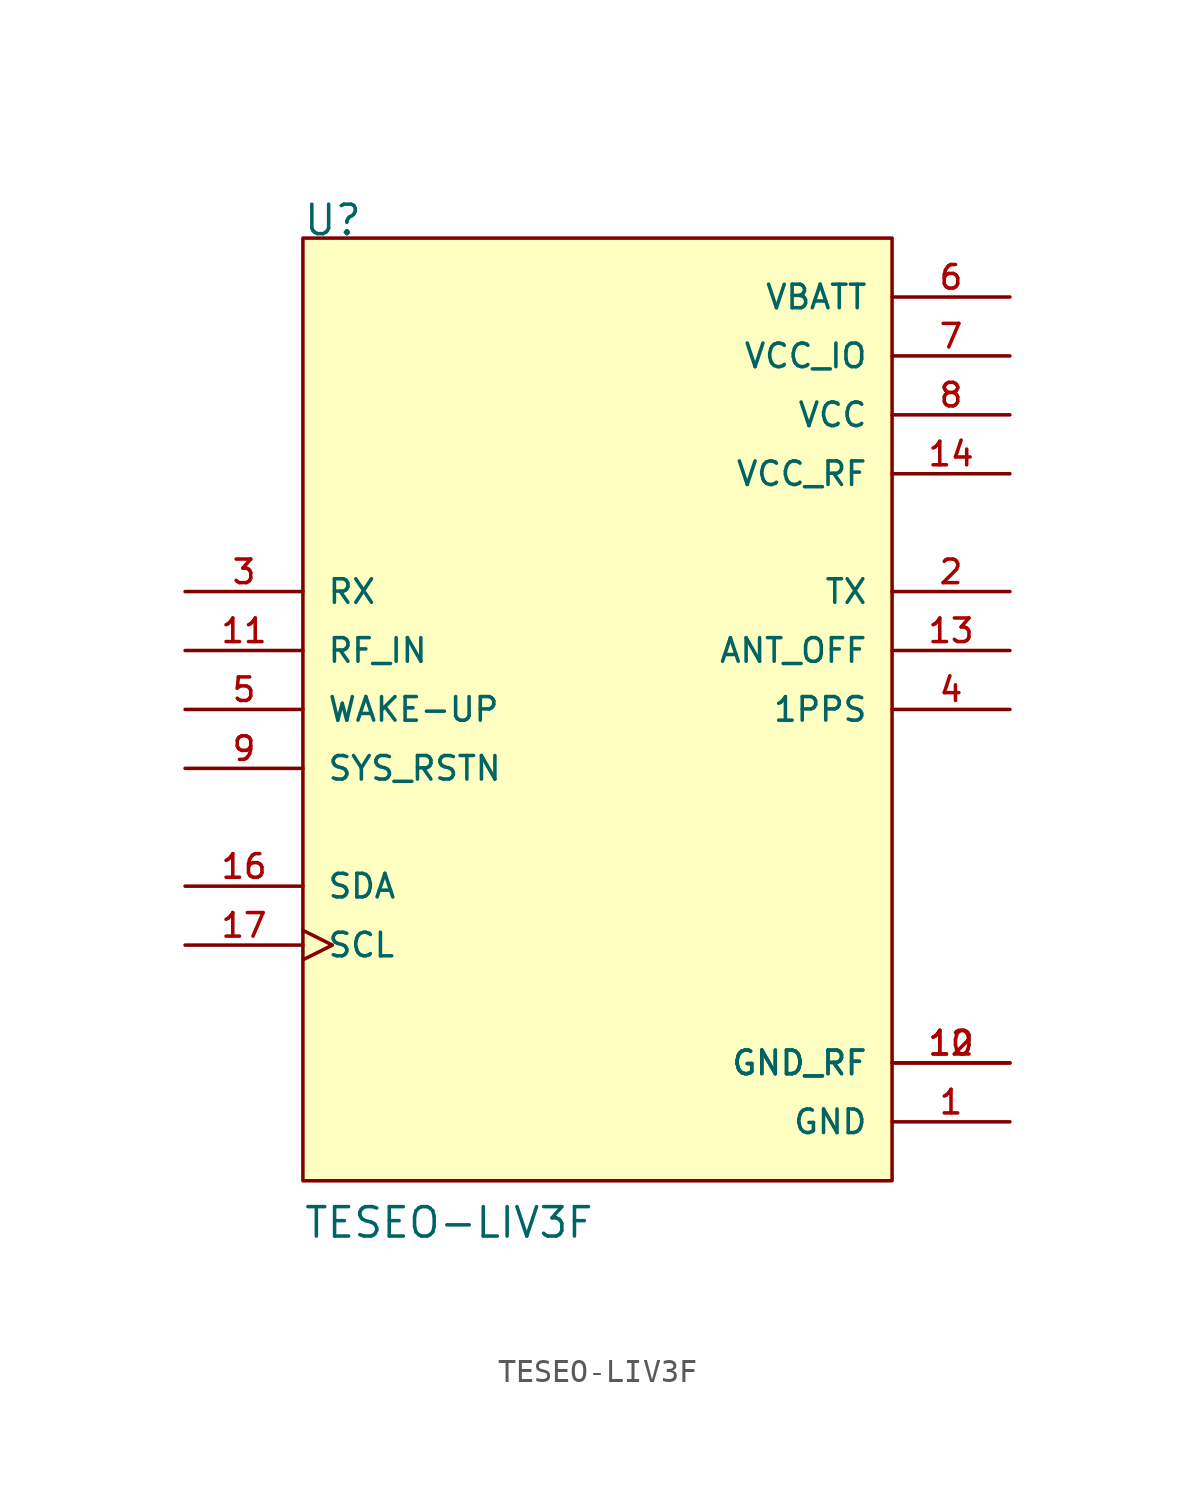
<source format=kicad_sym>
(kicad_symbol_lib
  (version 20211014)
  (generator kicad_symbol_editor)
  (symbol "TESEO-LIV3F"
    (pin_names
      (offset 1.016))
    (property "Reference" "U"
      (at -12.719 20.35 0)
      (effects (font (size 1.27 1.27)) (justify bottom left)))
    (property "Value" "TESEO-LIV3F"
      (at -12.705 -22.868 0)
      (effects (font (size 1.27 1.27)) (justify bottom left)))
    (symbol "TESEO-LIV3F_0_0"
      (rectangle (start -12.7 -20.32) (end 12.7 20.32) (stroke (width 0.152)) (fill (type background)))
      (pin power_in line (at 17.78 -17.78 180.0) (length 5.08) (name "GND" (effects (font (size 1.016 1.016)))) (number "1" (effects (font (size 1.016 1.016)))))
      (pin output line (at 17.78 5.08 180.0) (length 5.08) (name "TX" (effects (font (size 1.016 1.016)))) (number "2" (effects (font (size 1.016 1.016)))))
      (pin input line (at -17.78 5.08 0) (length 5.08) (name "RX" (effects (font (size 1.016 1.016)))) (number "3" (effects (font (size 1.016 1.016)))))
      (pin output line (at 17.78 0.0 180.0) (length 5.08) (name "1PPS" (effects (font (size 1.016 1.016)))) (number "4" (effects (font (size 1.016 1.016)))))
      (pin input line (at -17.78 0.0 0) (length 5.08) (name "WAKE-UP" (effects (font (size 1.016 1.016)))) (number "5" (effects (font (size 1.016 1.016)))))
      (pin power_in line (at 17.78 17.78 180.0) (length 5.08) (name "VBATT" (effects (font (size 1.016 1.016)))) (number "6" (effects (font (size 1.016 1.016)))))
      (pin power_in line (at 17.78 15.24 180.0) (length 5.08) (name "VCC_IO" (effects (font (size 1.016 1.016)))) (number "7" (effects (font (size 1.016 1.016)))))
      (pin power_in line (at 17.78 12.7 180.0) (length 5.08) (name "VCC" (effects (font (size 1.016 1.016)))) (number "8" (effects (font (size 1.016 1.016)))))
      (pin input line (at -17.78 -2.54 0) (length 5.08) (name "SYS_RSTN" (effects (font (size 1.016 1.016)))) (number "9" (effects (font (size 1.016 1.016)))))
      (pin bidirectional clock (at -17.78 -10.16 0) (length 5.08) (name "SCL" (effects (font (size 1.016 1.016)))) (number "17" (effects (font (size 1.016 1.016)))))
      (pin bidirectional line (at -17.78 -7.62 0) (length 5.08) (name "SDA" (effects (font (size 1.016 1.016)))) (number "16" (effects (font (size 1.016 1.016)))))
      (pin power_in line (at 17.78 10.16 180.0) (length 5.08) (name "VCC_RF" (effects (font (size 1.016 1.016)))) (number "14" (effects (font (size 1.016 1.016)))))
      (pin output line (at 17.78 2.54 180.0) (length 5.08) (name "ANT_OFF" (effects (font (size 1.016 1.016)))) (number "13" (effects (font (size 1.016 1.016)))))
      (pin input line (at -17.78 2.54 0) (length 5.08) (name "RF_IN" (effects (font (size 1.016 1.016)))) (number "11" (effects (font (size 1.016 1.016)))))
      (pin power_in line (at 17.78 -15.24 180.0) (length 5.08) (name "GND_RF" (effects (font (size 1.016 1.016)))) (number "10" (effects (font (size 1.016 1.016)))))
      (pin power_in line (at 17.78 -15.24 180.0) (length 5.08) (name "GND_RF" (effects (font (size 1.016 1.016)))) (number "12" (effects (font (size 1.016 1.016))))))))
</source>
